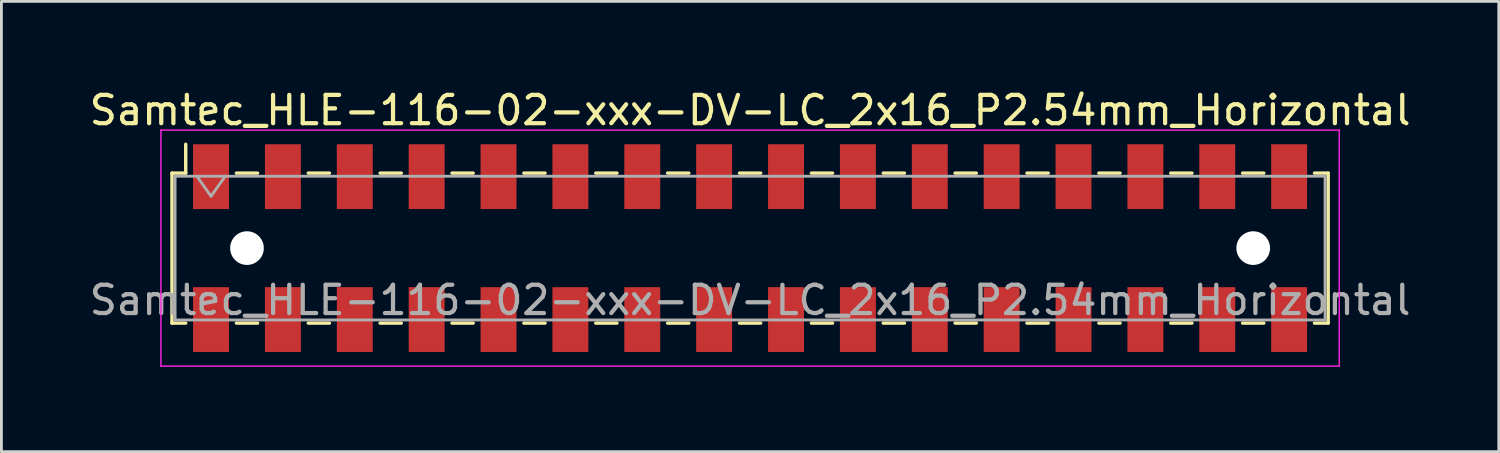
<source format=kicad_pcb>
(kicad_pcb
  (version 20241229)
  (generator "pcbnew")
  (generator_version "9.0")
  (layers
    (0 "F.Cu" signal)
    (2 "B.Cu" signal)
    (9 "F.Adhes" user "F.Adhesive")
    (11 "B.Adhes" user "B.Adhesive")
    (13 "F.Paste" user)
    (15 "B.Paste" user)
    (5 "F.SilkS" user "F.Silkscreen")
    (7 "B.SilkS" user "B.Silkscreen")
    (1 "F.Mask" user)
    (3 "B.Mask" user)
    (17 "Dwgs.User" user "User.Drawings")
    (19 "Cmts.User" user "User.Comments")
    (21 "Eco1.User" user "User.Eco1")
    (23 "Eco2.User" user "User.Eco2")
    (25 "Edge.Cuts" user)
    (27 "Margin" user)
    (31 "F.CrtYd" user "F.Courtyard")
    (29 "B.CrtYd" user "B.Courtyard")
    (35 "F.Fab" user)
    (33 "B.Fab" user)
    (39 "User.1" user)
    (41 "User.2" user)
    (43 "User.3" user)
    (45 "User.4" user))
  (footprint "Samtec_HLE-116-02-xxx-DV-LC_2x16_P2.54mm_Horizontal"
    (layer "F.Cu")
    (at 23.458 5.718)
    (property "Reference" "Samtec_HLE-116-02-xxx-DV-LC_2x16_P2.54mm_Horizontal" (at 0 -4.87 0) (layer "F.SilkS") (effects (font (size 1 1) (thickness 0.15))))
    (attr smd)
    (fp_line (start -20.43 -2.65) (end -20.43 2.65) (stroke (width 0.12) (type solid)) (layer "F.SilkS"))
    (fp_line (start -20.43 2.65) (end -19.945 2.65) (stroke (width 0.12) (type solid)) (layer "F.SilkS"))
    (fp_line (start -19.945 -3.67) (end -19.945 -2.65) (stroke (width 0.12) (type solid)) (layer "F.SilkS"))
    (fp_line (start -19.945 -2.65) (end -20.43 -2.65) (stroke (width 0.12) (type solid)) (layer "F.SilkS"))
    (fp_line (start -18.155 -2.65) (end -17.405 -2.65) (stroke (width 0.12) (type solid)) (layer "F.SilkS"))
    (fp_line (start -18.155 2.65) (end -17.405 2.65) (stroke (width 0.12) (type solid)) (layer "F.SilkS"))
    (fp_line (start -15.615 -2.65) (end -14.865 -2.65) (stroke (width 0.12) (type solid)) (layer "F.SilkS"))
    (fp_line (start -15.615 2.65) (end -14.865 2.65) (stroke (width 0.12) (type solid)) (layer "F.SilkS"))
    (fp_line (start -13.075 -2.65) (end -12.325 -2.65) (stroke (width 0.12) (type solid)) (layer "F.SilkS"))
    (fp_line (start -13.075 2.65) (end -12.325 2.65) (stroke (width 0.12) (type solid)) (layer "F.SilkS"))
    (fp_line (start -10.535 -2.65) (end -9.785 -2.65) (stroke (width 0.12) (type solid)) (layer "F.SilkS"))
    (fp_line (start -10.535 2.65) (end -9.785 2.65) (stroke (width 0.12) (type solid)) (layer "F.SilkS"))
    (fp_line (start -7.995 -2.65) (end -7.245 -2.65) (stroke (width 0.12) (type solid)) (layer "F.SilkS"))
    (fp_line (start -7.995 2.65) (end -7.245 2.65) (stroke (width 0.12) (type solid)) (layer "F.SilkS"))
    (fp_line (start -5.455 -2.65) (end -4.705 -2.65) (stroke (width 0.12) (type solid)) (layer "F.SilkS"))
    (fp_line (start -5.455 2.65) (end -4.705 2.65) (stroke (width 0.12) (type solid)) (layer "F.SilkS"))
    (fp_line (start -2.915 -2.65) (end -2.165 -2.65) (stroke (width 0.12) (type solid)) (layer "F.SilkS"))
    (fp_line (start -2.915 2.65) (end -2.165 2.65) (stroke (width 0.12) (type solid)) (layer "F.SilkS"))
    (fp_line (start -0.375 -2.65) (end 0.375 -2.65) (stroke (width 0.12) (type solid)) (layer "F.SilkS"))
    (fp_line (start -0.375 2.65) (end 0.375 2.65) (stroke (width 0.12) (type solid)) (layer "F.SilkS"))
    (fp_line (start 2.165 -2.65) (end 2.915 -2.65) (stroke (width 0.12) (type solid)) (layer "F.SilkS"))
    (fp_line (start 2.165 2.65) (end 2.915 2.65) (stroke (width 0.12) (type solid)) (layer "F.SilkS"))
    (fp_line (start 4.705 -2.65) (end 5.455 -2.65) (stroke (width 0.12) (type solid)) (layer "F.SilkS"))
    (fp_line (start 4.705 2.65) (end 5.455 2.65) (stroke (width 0.12) (type solid)) (layer "F.SilkS"))
    (fp_line (start 7.245 -2.65) (end 7.995 -2.65) (stroke (width 0.12) (type solid)) (layer "F.SilkS"))
    (fp_line (start 7.245 2.65) (end 7.995 2.65) (stroke (width 0.12) (type solid)) (layer "F.SilkS"))
    (fp_line (start 9.785 -2.65) (end 10.535 -2.65) (stroke (width 0.12) (type solid)) (layer "F.SilkS"))
    (fp_line (start 9.785 2.65) (end 10.535 2.65) (stroke (width 0.12) (type solid)) (layer "F.SilkS"))
    (fp_line (start 12.325 -2.65) (end 13.075 -2.65) (stroke (width 0.12) (type solid)) (layer "F.SilkS"))
    (fp_line (start 12.325 2.65) (end 13.075 2.65) (stroke (width 0.12) (type solid)) (layer "F.SilkS"))
    (fp_line (start 14.865 -2.65) (end 15.615 -2.65) (stroke (width 0.12) (type solid)) (layer "F.SilkS"))
    (fp_line (start 14.865 2.65) (end 15.615 2.65) (stroke (width 0.12) (type solid)) (layer "F.SilkS"))
    (fp_line (start 17.405 -2.65) (end 18.155 -2.65) (stroke (width 0.12) (type solid)) (layer "F.SilkS"))
    (fp_line (start 17.405 2.65) (end 18.155 2.65) (stroke (width 0.12) (type solid)) (layer "F.SilkS"))
    (fp_line (start 19.945 -2.65) (end 20.43 -2.65) (stroke (width 0.12) (type solid)) (layer "F.SilkS"))
    (fp_line (start 20.43 -2.65) (end 20.43 2.65) (stroke (width 0.12) (type solid)) (layer "F.SilkS"))
    (fp_line (start 20.43 2.65) (end 19.945 2.65) (stroke (width 0.12) (type solid)) (layer "F.SilkS"))
    (fp_line (start -20.82 -4.17) (end 20.82 -4.17) (stroke (width 0.05) (type solid)) (layer "F.CrtYd"))
    (fp_line (start -20.82 4.17) (end -20.82 -4.17) (stroke (width 0.05) (type solid)) (layer "F.CrtYd"))
    (fp_line (start 20.82 -4.17) (end 20.82 4.17) (stroke (width 0.05) (type solid)) (layer "F.CrtYd"))
    (fp_line (start 20.82 4.17) (end -20.82 4.17) (stroke (width 0.05) (type solid)) (layer "F.CrtYd"))
    (fp_line (start -20.32 -2.54) (end 20.32 -2.54) (stroke (width 0.1) (type solid)) (layer "F.Fab"))
    (fp_line (start -20.32 2.54) (end -20.32 -2.54) (stroke (width 0.1) (type solid)) (layer "F.Fab"))
    (fp_line (start -19.55 -2.54) (end -19.05 -1.833) (stroke (width 0.1) (type solid)) (layer "F.Fab"))
    (fp_line (start -19.05 -1.833) (end -18.55 -2.54) (stroke (width 0.1) (type solid)) (layer "F.Fab"))
    (fp_line (start 20.32 -2.54) (end 20.32 2.54) (stroke (width 0.1) (type solid)) (layer "F.Fab"))
    (fp_line (start 20.32 2.54) (end -20.32 2.54) (stroke (width 0.1) (type solid)) (layer "F.Fab"))
    (fp_text user "${REFERENCE}" (at 0 1.84 0) (layer "F.Fab") (effects (font (size 1 1) (thickness 0.15))))
    (pad "" np_thru_hole circle (at -17.78 0) (size 1.19 1.19) (drill 1.19) (layers "*.Cu" "*.Mask"))
    (pad "" np_thru_hole circle (at 17.78 0) (size 1.19 1.19) (drill 1.19) (layers "*.Cu" "*.Mask"))
    (pad "1" smd rect (at -19.05 -2.525) (size 1.27 2.29) (layers "F.Cu" "F.Mask" "F.Paste"))
    (pad "2" smd rect (at -19.05 2.525) (size 1.27 2.29) (layers "F.Cu" "F.Mask" "F.Paste"))
    (pad "3" smd rect (at -16.51 -2.525) (size 1.27 2.29) (layers "F.Cu" "F.Mask" "F.Paste"))
    (pad "4" smd rect (at -16.51 2.525) (size 1.27 2.29) (layers "F.Cu" "F.Mask" "F.Paste"))
    (pad "5" smd rect (at -13.97 -2.525) (size 1.27 2.29) (layers "F.Cu" "F.Mask" "F.Paste"))
    (pad "6" smd rect (at -13.97 2.525) (size 1.27 2.29) (layers "F.Cu" "F.Mask" "F.Paste"))
    (pad "7" smd rect (at -11.43 -2.525) (size 1.27 2.29) (layers "F.Cu" "F.Mask" "F.Paste"))
    (pad "8" smd rect (at -11.43 2.525) (size 1.27 2.29) (layers "F.Cu" "F.Mask" "F.Paste"))
    (pad "9" smd rect (at -8.89 -2.525) (size 1.27 2.29) (layers "F.Cu" "F.Mask" "F.Paste"))
    (pad "10" smd rect (at -8.89 2.525) (size 1.27 2.29) (layers "F.Cu" "F.Mask" "F.Paste"))
    (pad "11" smd rect (at -6.35 -2.525) (size 1.27 2.29) (layers "F.Cu" "F.Mask" "F.Paste"))
    (pad "12" smd rect (at -6.35 2.525) (size 1.27 2.29) (layers "F.Cu" "F.Mask" "F.Paste"))
    (pad "13" smd rect (at -3.81 -2.525) (size 1.27 2.29) (layers "F.Cu" "F.Mask" "F.Paste"))
    (pad "14" smd rect (at -3.81 2.525) (size 1.27 2.29) (layers "F.Cu" "F.Mask" "F.Paste"))
    (pad "15" smd rect (at -1.27 -2.525) (size 1.27 2.29) (layers "F.Cu" "F.Mask" "F.Paste"))
    (pad "16" smd rect (at -1.27 2.525) (size 1.27 2.29) (layers "F.Cu" "F.Mask" "F.Paste"))
    (pad "17" smd rect (at 1.27 -2.525) (size 1.27 2.29) (layers "F.Cu" "F.Mask" "F.Paste"))
    (pad "18" smd rect (at 1.27 2.525) (size 1.27 2.29) (layers "F.Cu" "F.Mask" "F.Paste"))
    (pad "19" smd rect (at 3.81 -2.525) (size 1.27 2.29) (layers "F.Cu" "F.Mask" "F.Paste"))
    (pad "20" smd rect (at 3.81 2.525) (size 1.27 2.29) (layers "F.Cu" "F.Mask" "F.Paste"))
    (pad "21" smd rect (at 6.35 -2.525) (size 1.27 2.29) (layers "F.Cu" "F.Mask" "F.Paste"))
    (pad "22" smd rect (at 6.35 2.525) (size 1.27 2.29) (layers "F.Cu" "F.Mask" "F.Paste"))
    (pad "23" smd rect (at 8.89 -2.525) (size 1.27 2.29) (layers "F.Cu" "F.Mask" "F.Paste"))
    (pad "24" smd rect (at 8.89 2.525) (size 1.27 2.29) (layers "F.Cu" "F.Mask" "F.Paste"))
    (pad "25" smd rect (at 11.43 -2.525) (size 1.27 2.29) (layers "F.Cu" "F.Mask" "F.Paste"))
    (pad "26" smd rect (at 11.43 2.525) (size 1.27 2.29) (layers "F.Cu" "F.Mask" "F.Paste"))
    (pad "27" smd rect (at 13.97 -2.525) (size 1.27 2.29) (layers "F.Cu" "F.Mask" "F.Paste"))
    (pad "28" smd rect (at 13.97 2.525) (size 1.27 2.29) (layers "F.Cu" "F.Mask" "F.Paste"))
    (pad "29" smd rect (at 16.51 -2.525) (size 1.27 2.29) (layers "F.Cu" "F.Mask" "F.Paste"))
    (pad "30" smd rect (at 16.51 2.525) (size 1.27 2.29) (layers "F.Cu" "F.Mask" "F.Paste"))
    (pad "31" smd rect (at 19.05 -2.525) (size 1.27 2.29) (layers "F.Cu" "F.Mask" "F.Paste"))
    (pad "32" smd rect (at 19.05 2.525) (size 1.27 2.29) (layers "F.Cu" "F.Mask" "F.Paste")))
  (gr_rect
    (start -3 -3)
    (end 49.917 12.913)
    (stroke (width 0.1) (type default))
    (fill no)
    (layer "Edge.Cuts")))
</source>
